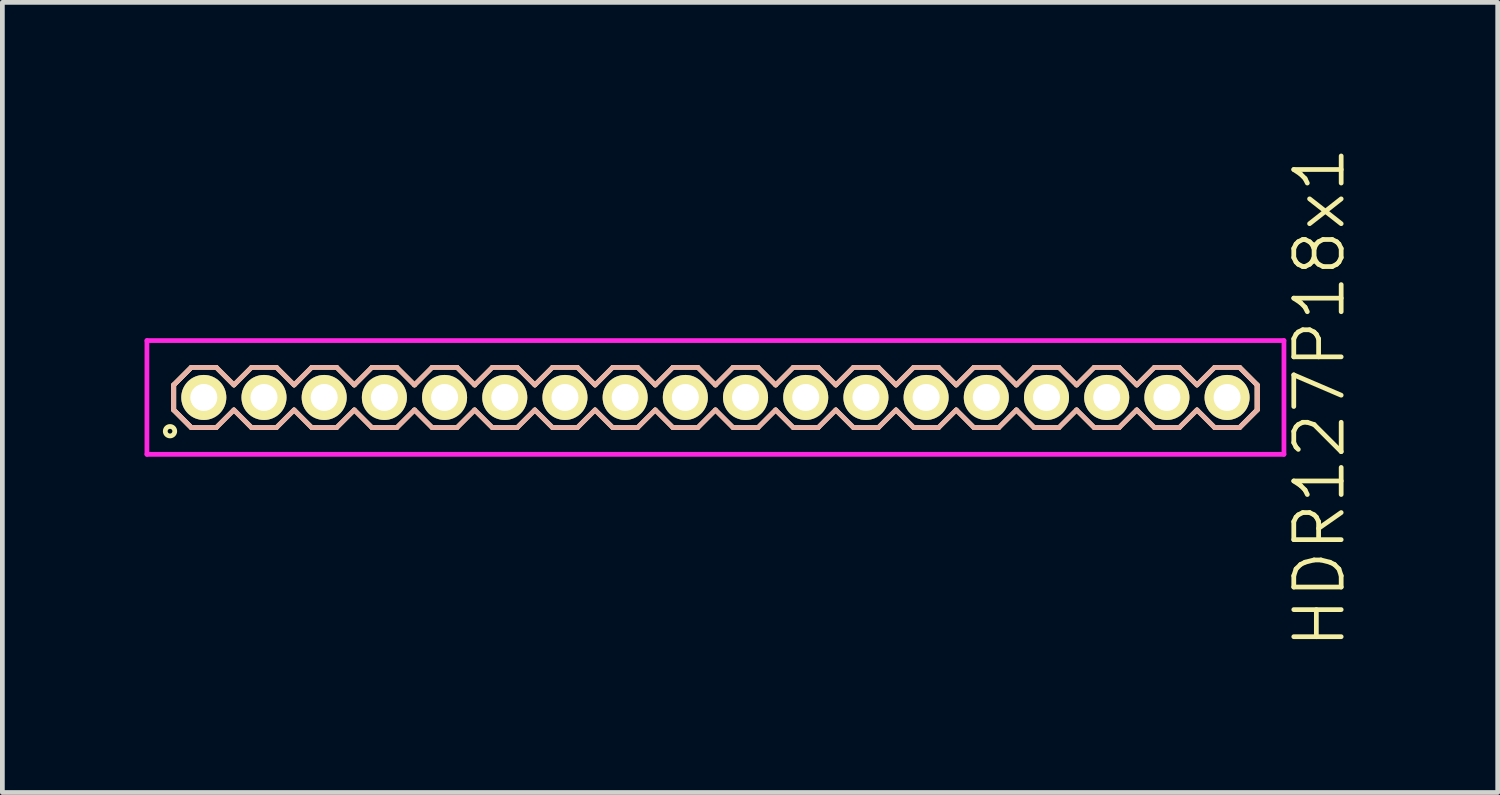
<source format=kicad_pcb>
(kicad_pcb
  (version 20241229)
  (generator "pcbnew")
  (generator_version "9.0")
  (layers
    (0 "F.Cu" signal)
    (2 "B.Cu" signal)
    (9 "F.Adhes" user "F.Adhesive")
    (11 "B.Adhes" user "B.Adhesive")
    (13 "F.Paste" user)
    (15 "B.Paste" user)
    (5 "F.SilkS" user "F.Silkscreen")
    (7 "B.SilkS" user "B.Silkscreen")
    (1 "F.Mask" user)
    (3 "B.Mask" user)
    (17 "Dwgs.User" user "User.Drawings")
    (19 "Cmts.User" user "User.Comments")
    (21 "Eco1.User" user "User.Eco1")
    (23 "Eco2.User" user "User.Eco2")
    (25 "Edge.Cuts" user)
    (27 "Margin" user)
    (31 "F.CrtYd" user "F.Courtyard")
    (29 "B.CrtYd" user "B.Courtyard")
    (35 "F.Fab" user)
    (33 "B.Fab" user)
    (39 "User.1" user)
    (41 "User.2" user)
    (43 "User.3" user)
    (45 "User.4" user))
  (footprint "HDR127P18x1"
    (layer "F.Cu")
    (at 12.045 5.336)
    (property "Reference" "HDR127P18x1" (at 12.745 0 90) (layer "F.SilkS") (effects (font (size 1 1) (thickness 0.1))))
    (attr through_hole)
    (fp_line (start -11.43 -0.263) (end -11.058 -0.635) (stroke (width 0.1) (type solid)) (layer "F.SilkS"))
    (fp_line (start -11.43 -0.263) (end -11.058 -0.635) (stroke (width 0.1) (type solid)) (layer "F.SilkS"))
    (fp_line (start -11.43 0.263) (end -11.43 -0.263) (stroke (width 0.1) (type solid)) (layer "F.SilkS"))
    (fp_line (start -11.43 0.263) (end -11.43 -0.263) (stroke (width 0.1) (type solid)) (layer "F.SilkS"))
    (fp_line (start -11.058 -0.635) (end -10.532 -0.635) (stroke (width 0.1) (type solid)) (layer "F.SilkS"))
    (fp_line (start -11.058 0.635) (end -11.43 0.263) (stroke (width 0.1) (type solid)) (layer "F.SilkS"))
    (fp_line (start -11.058 0.635) (end -11.43 0.263) (stroke (width 0.1) (type solid)) (layer "F.SilkS"))
    (fp_line (start -10.532 -0.635) (end -10.16 -0.263) (stroke (width 0.1) (type solid)) (layer "F.SilkS"))
    (fp_line (start -10.532 0.635) (end -11.058 0.635) (stroke (width 0.1) (type solid)) (layer "F.SilkS"))
    (fp_line (start -10.16 -0.263) (end -9.788 -0.635) (stroke (width 0.1) (type solid)) (layer "F.SilkS"))
    (fp_line (start -10.16 0.263) (end -10.532 0.635) (stroke (width 0.1) (type solid)) (layer "F.SilkS"))
    (fp_line (start -9.788 -0.635) (end -9.262 -0.635) (stroke (width 0.1) (type solid)) (layer "F.SilkS"))
    (fp_line (start -9.788 0.635) (end -10.16 0.263) (stroke (width 0.1) (type solid)) (layer "F.SilkS"))
    (fp_line (start -9.262 -0.635) (end -8.89 -0.263) (stroke (width 0.1) (type solid)) (layer "F.SilkS"))
    (fp_line (start -9.262 0.635) (end -9.788 0.635) (stroke (width 0.1) (type solid)) (layer "F.SilkS"))
    (fp_line (start -8.89 -0.263) (end -8.518 -0.635) (stroke (width 0.1) (type solid)) (layer "F.SilkS"))
    (fp_line (start -8.89 0.263) (end -9.262 0.635) (stroke (width 0.1) (type solid)) (layer "F.SilkS"))
    (fp_line (start -8.518 -0.635) (end -7.992 -0.635) (stroke (width 0.1) (type solid)) (layer "F.SilkS"))
    (fp_line (start -8.518 0.635) (end -8.89 0.263) (stroke (width 0.1) (type solid)) (layer "F.SilkS"))
    (fp_line (start -7.992 -0.635) (end -7.62 -0.263) (stroke (width 0.1) (type solid)) (layer "F.SilkS"))
    (fp_line (start -7.992 0.635) (end -8.518 0.635) (stroke (width 0.1) (type solid)) (layer "F.SilkS"))
    (fp_line (start -7.62 -0.263) (end -7.248 -0.635) (stroke (width 0.1) (type solid)) (layer "F.SilkS"))
    (fp_line (start -7.62 0.263) (end -7.992 0.635) (stroke (width 0.1) (type solid)) (layer "F.SilkS"))
    (fp_line (start -7.248 -0.635) (end -6.722 -0.635) (stroke (width 0.1) (type solid)) (layer "F.SilkS"))
    (fp_line (start -7.248 0.635) (end -7.62 0.263) (stroke (width 0.1) (type solid)) (layer "F.SilkS"))
    (fp_line (start -6.722 -0.635) (end -6.35 -0.263) (stroke (width 0.1) (type solid)) (layer "F.SilkS"))
    (fp_line (start -6.722 0.635) (end -7.248 0.635) (stroke (width 0.1) (type solid)) (layer "F.SilkS"))
    (fp_line (start -6.35 -0.263) (end -5.978 -0.635) (stroke (width 0.1) (type solid)) (layer "F.SilkS"))
    (fp_line (start -6.35 0.263) (end -6.722 0.635) (stroke (width 0.1) (type solid)) (layer "F.SilkS"))
    (fp_line (start -5.978 -0.635) (end -5.452 -0.635) (stroke (width 0.1) (type solid)) (layer "F.SilkS"))
    (fp_line (start -5.978 0.635) (end -6.35 0.263) (stroke (width 0.1) (type solid)) (layer "F.SilkS"))
    (fp_line (start -5.452 -0.635) (end -5.08 -0.263) (stroke (width 0.1) (type solid)) (layer "F.SilkS"))
    (fp_line (start -5.452 0.635) (end -5.978 0.635) (stroke (width 0.1) (type solid)) (layer "F.SilkS"))
    (fp_line (start -5.08 -0.263) (end -4.708 -0.635) (stroke (width 0.1) (type solid)) (layer "F.SilkS"))
    (fp_line (start -5.08 0.263) (end -5.452 0.635) (stroke (width 0.1) (type solid)) (layer "F.SilkS"))
    (fp_line (start -4.708 -0.635) (end -4.182 -0.635) (stroke (width 0.1) (type solid)) (layer "F.SilkS"))
    (fp_line (start -4.708 0.635) (end -5.08 0.263) (stroke (width 0.1) (type solid)) (layer "F.SilkS"))
    (fp_line (start -4.182 -0.635) (end -3.81 -0.263) (stroke (width 0.1) (type solid)) (layer "F.SilkS"))
    (fp_line (start -4.182 0.635) (end -4.708 0.635) (stroke (width 0.1) (type solid)) (layer "F.SilkS"))
    (fp_line (start -3.81 -0.263) (end -3.438 -0.635) (stroke (width 0.1) (type solid)) (layer "F.SilkS"))
    (fp_line (start -3.81 0.263) (end -4.182 0.635) (stroke (width 0.1) (type solid)) (layer "F.SilkS"))
    (fp_line (start -3.438 -0.635) (end -2.912 -0.635) (stroke (width 0.1) (type solid)) (layer "F.SilkS"))
    (fp_line (start -3.438 0.635) (end -3.81 0.263) (stroke (width 0.1) (type solid)) (layer "F.SilkS"))
    (fp_line (start -2.912 -0.635) (end -2.54 -0.263) (stroke (width 0.1) (type solid)) (layer "F.SilkS"))
    (fp_line (start -2.912 0.635) (end -3.438 0.635) (stroke (width 0.1) (type solid)) (layer "F.SilkS"))
    (fp_line (start -2.54 -0.263) (end -2.168 -0.635) (stroke (width 0.1) (type solid)) (layer "F.SilkS"))
    (fp_line (start -2.54 0.263) (end -2.912 0.635) (stroke (width 0.1) (type solid)) (layer "F.SilkS"))
    (fp_line (start -2.168 -0.635) (end -1.642 -0.635) (stroke (width 0.1) (type solid)) (layer "F.SilkS"))
    (fp_line (start -2.168 0.635) (end -2.54 0.263) (stroke (width 0.1) (type solid)) (layer "F.SilkS"))
    (fp_line (start -1.642 -0.635) (end -1.27 -0.263) (stroke (width 0.1) (type solid)) (layer "F.SilkS"))
    (fp_line (start -1.642 0.635) (end -2.168 0.635) (stroke (width 0.1) (type solid)) (layer "F.SilkS"))
    (fp_line (start -1.27 -0.263) (end -0.898 -0.635) (stroke (width 0.1) (type solid)) (layer "F.SilkS"))
    (fp_line (start -1.27 0.263) (end -1.642 0.635) (stroke (width 0.1) (type solid)) (layer "F.SilkS"))
    (fp_line (start -0.898 -0.635) (end -0.372 -0.635) (stroke (width 0.1) (type solid)) (layer "F.SilkS"))
    (fp_line (start -0.898 0.635) (end -1.27 0.263) (stroke (width 0.1) (type solid)) (layer "F.SilkS"))
    (fp_line (start -0.372 -0.635) (end 0 -0.263) (stroke (width 0.1) (type solid)) (layer "F.SilkS"))
    (fp_line (start -0.372 0.635) (end -0.898 0.635) (stroke (width 0.1) (type solid)) (layer "F.SilkS"))
    (fp_line (start 0 -0.263) (end 0.372 -0.635) (stroke (width 0.1) (type solid)) (layer "F.SilkS"))
    (fp_line (start 0 0.263) (end -0.372 0.635) (stroke (width 0.1) (type solid)) (layer "F.SilkS"))
    (fp_line (start 0.372 -0.635) (end 0.898 -0.635) (stroke (width 0.1) (type solid)) (layer "F.SilkS"))
    (fp_line (start 0.372 0.635) (end 0 0.263) (stroke (width 0.1) (type solid)) (layer "F.SilkS"))
    (fp_line (start 0.898 -0.635) (end 1.27 -0.263) (stroke (width 0.1) (type solid)) (layer "F.SilkS"))
    (fp_line (start 0.898 0.635) (end 0.372 0.635) (stroke (width 0.1) (type solid)) (layer "F.SilkS"))
    (fp_line (start 1.27 -0.263) (end 1.642 -0.635) (stroke (width 0.1) (type solid)) (layer "F.SilkS"))
    (fp_line (start 1.27 0.263) (end 0.898 0.635) (stroke (width 0.1) (type solid)) (layer "F.SilkS"))
    (fp_line (start 1.642 -0.635) (end 2.168 -0.635) (stroke (width 0.1) (type solid)) (layer "F.SilkS"))
    (fp_line (start 1.642 0.635) (end 1.27 0.263) (stroke (width 0.1) (type solid)) (layer "F.SilkS"))
    (fp_line (start 2.168 -0.635) (end 2.54 -0.263) (stroke (width 0.1) (type solid)) (layer "F.SilkS"))
    (fp_line (start 2.168 0.635) (end 1.642 0.635) (stroke (width 0.1) (type solid)) (layer "F.SilkS"))
    (fp_line (start 2.54 -0.263) (end 2.912 -0.635) (stroke (width 0.1) (type solid)) (layer "F.SilkS"))
    (fp_line (start 2.54 0.263) (end 2.168 0.635) (stroke (width 0.1) (type solid)) (layer "F.SilkS"))
    (fp_line (start 2.912 -0.635) (end 3.438 -0.635) (stroke (width 0.1) (type solid)) (layer "F.SilkS"))
    (fp_line (start 2.912 0.635) (end 2.54 0.263) (stroke (width 0.1) (type solid)) (layer "F.SilkS"))
    (fp_line (start 3.438 -0.635) (end 3.81 -0.263) (stroke (width 0.1) (type solid)) (layer "F.SilkS"))
    (fp_line (start 3.438 0.635) (end 2.912 0.635) (stroke (width 0.1) (type solid)) (layer "F.SilkS"))
    (fp_line (start 3.81 -0.263) (end 4.182 -0.635) (stroke (width 0.1) (type solid)) (layer "F.SilkS"))
    (fp_line (start 3.81 0.263) (end 3.438 0.635) (stroke (width 0.1) (type solid)) (layer "F.SilkS"))
    (fp_line (start 4.182 -0.635) (end 4.708 -0.635) (stroke (width 0.1) (type solid)) (layer "F.SilkS"))
    (fp_line (start 4.182 0.635) (end 3.81 0.263) (stroke (width 0.1) (type solid)) (layer "F.SilkS"))
    (fp_line (start 4.708 -0.635) (end 5.08 -0.263) (stroke (width 0.1) (type solid)) (layer "F.SilkS"))
    (fp_line (start 4.708 0.635) (end 4.182 0.635) (stroke (width 0.1) (type solid)) (layer "F.SilkS"))
    (fp_line (start 5.08 -0.263) (end 5.452 -0.635) (stroke (width 0.1) (type solid)) (layer "F.SilkS"))
    (fp_line (start 5.08 0.263) (end 4.708 0.635) (stroke (width 0.1) (type solid)) (layer "F.SilkS"))
    (fp_line (start 5.452 -0.635) (end 5.978 -0.635) (stroke (width 0.1) (type solid)) (layer "F.SilkS"))
    (fp_line (start 5.452 0.635) (end 5.08 0.263) (stroke (width 0.1) (type solid)) (layer "F.SilkS"))
    (fp_line (start 5.978 -0.635) (end 6.35 -0.263) (stroke (width 0.1) (type solid)) (layer "F.SilkS"))
    (fp_line (start 5.978 0.635) (end 5.452 0.635) (stroke (width 0.1) (type solid)) (layer "F.SilkS"))
    (fp_line (start 6.35 -0.263) (end 6.722 -0.635) (stroke (width 0.1) (type solid)) (layer "F.SilkS"))
    (fp_line (start 6.35 0.263) (end 5.978 0.635) (stroke (width 0.1) (type solid)) (layer "F.SilkS"))
    (fp_line (start 6.722 -0.635) (end 7.248 -0.635) (stroke (width 0.1) (type solid)) (layer "F.SilkS"))
    (fp_line (start 6.722 0.635) (end 6.35 0.263) (stroke (width 0.1) (type solid)) (layer "F.SilkS"))
    (fp_line (start 7.248 -0.635) (end 7.62 -0.263) (stroke (width 0.1) (type solid)) (layer "F.SilkS"))
    (fp_line (start 7.248 0.635) (end 6.722 0.635) (stroke (width 0.1) (type solid)) (layer "F.SilkS"))
    (fp_line (start 7.62 -0.263) (end 7.992 -0.635) (stroke (width 0.1) (type solid)) (layer "F.SilkS"))
    (fp_line (start 7.62 0.263) (end 7.248 0.635) (stroke (width 0.1) (type solid)) (layer "F.SilkS"))
    (fp_line (start 7.992 -0.635) (end 8.518 -0.635) (stroke (width 0.1) (type solid)) (layer "F.SilkS"))
    (fp_line (start 7.992 0.635) (end 7.62 0.263) (stroke (width 0.1) (type solid)) (layer "F.SilkS"))
    (fp_line (start 8.518 -0.635) (end 8.89 -0.263) (stroke (width 0.1) (type solid)) (layer "F.SilkS"))
    (fp_line (start 8.518 0.635) (end 7.992 0.635) (stroke (width 0.1) (type solid)) (layer "F.SilkS"))
    (fp_line (start 8.89 -0.263) (end 9.262 -0.635) (stroke (width 0.1) (type solid)) (layer "F.SilkS"))
    (fp_line (start 8.89 0.263) (end 8.518 0.635) (stroke (width 0.1) (type solid)) (layer "F.SilkS"))
    (fp_line (start 9.262 -0.635) (end 9.788 -0.635) (stroke (width 0.1) (type solid)) (layer "F.SilkS"))
    (fp_line (start 9.262 0.635) (end 8.89 0.263) (stroke (width 0.1) (type solid)) (layer "F.SilkS"))
    (fp_line (start 9.788 -0.635) (end 10.16 -0.263) (stroke (width 0.1) (type solid)) (layer "F.SilkS"))
    (fp_line (start 9.788 0.635) (end 9.262 0.635) (stroke (width 0.1) (type solid)) (layer "F.SilkS"))
    (fp_line (start 10.16 -0.263) (end 10.532 -0.635) (stroke (width 0.1) (type solid)) (layer "F.SilkS"))
    (fp_line (start 10.16 0.263) (end 9.788 0.635) (stroke (width 0.1) (type solid)) (layer "F.SilkS"))
    (fp_line (start 10.532 -0.635) (end 11.058 -0.635) (stroke (width 0.1) (type solid)) (layer "F.SilkS"))
    (fp_line (start 10.532 0.635) (end 10.16 0.263) (stroke (width 0.1) (type solid)) (layer "F.SilkS"))
    (fp_line (start 11.058 -0.635) (end 11.43 -0.263) (stroke (width 0.1) (type solid)) (layer "F.SilkS"))
    (fp_line (start 11.058 -0.635) (end 11.43 -0.263) (stroke (width 0.1) (type solid)) (layer "F.SilkS"))
    (fp_line (start 11.058 0.635) (end 10.532 0.635) (stroke (width 0.1) (type solid)) (layer "F.SilkS"))
    (fp_line (start 11.43 -0.263) (end 11.43 0.263) (stroke (width 0.1) (type solid)) (layer "F.SilkS"))
    (fp_line (start 11.43 -0.263) (end 11.43 0.263) (stroke (width 0.1) (type solid)) (layer "F.SilkS"))
    (fp_line (start 11.43 0.263) (end 11.058 0.635) (stroke (width 0.1) (type solid)) (layer "F.SilkS"))
    (fp_line (start 11.43 0.263) (end 11.058 0.635) (stroke (width 0.1) (type solid)) (layer "F.SilkS"))
    (fp_circle (center -11.508 0.712) (end -11.408 0.712) (stroke (width 0.1) (type solid)) (fill no) (layer "F.SilkS"))
    (fp_line (start -11.43 -0.263) (end -11.058 -0.635) (stroke (width 0.1) (type solid)) (layer "B.SilkS"))
    (fp_line (start -11.43 -0.263) (end -11.058 -0.635) (stroke (width 0.1) (type solid)) (layer "B.SilkS"))
    (fp_line (start -11.43 0.263) (end -11.43 -0.263) (stroke (width 0.1) (type solid)) (layer "B.SilkS"))
    (fp_line (start -11.43 0.263) (end -11.43 -0.263) (stroke (width 0.1) (type solid)) (layer "B.SilkS"))
    (fp_line (start -11.058 -0.635) (end -10.532 -0.635) (stroke (width 0.1) (type solid)) (layer "B.SilkS"))
    (fp_line (start -11.058 0.635) (end -11.43 0.263) (stroke (width 0.1) (type solid)) (layer "B.SilkS"))
    (fp_line (start -11.058 0.635) (end -11.43 0.263) (stroke (width 0.1) (type solid)) (layer "B.SilkS"))
    (fp_line (start -10.532 -0.635) (end -10.16 -0.263) (stroke (width 0.1) (type solid)) (layer "B.SilkS"))
    (fp_line (start -10.532 0.635) (end -11.058 0.635) (stroke (width 0.1) (type solid)) (layer "B.SilkS"))
    (fp_line (start -10.16 -0.263) (end -9.788 -0.635) (stroke (width 0.1) (type solid)) (layer "B.SilkS"))
    (fp_line (start -10.16 0.263) (end -10.532 0.635) (stroke (width 0.1) (type solid)) (layer "B.SilkS"))
    (fp_line (start -9.788 -0.635) (end -9.262 -0.635) (stroke (width 0.1) (type solid)) (layer "B.SilkS"))
    (fp_line (start -9.788 0.635) (end -10.16 0.263) (stroke (width 0.1) (type solid)) (layer "B.SilkS"))
    (fp_line (start -9.262 -0.635) (end -8.89 -0.263) (stroke (width 0.1) (type solid)) (layer "B.SilkS"))
    (fp_line (start -9.262 0.635) (end -9.788 0.635) (stroke (width 0.1) (type solid)) (layer "B.SilkS"))
    (fp_line (start -8.89 -0.263) (end -8.518 -0.635) (stroke (width 0.1) (type solid)) (layer "B.SilkS"))
    (fp_line (start -8.89 0.263) (end -9.262 0.635) (stroke (width 0.1) (type solid)) (layer "B.SilkS"))
    (fp_line (start -8.518 -0.635) (end -7.992 -0.635) (stroke (width 0.1) (type solid)) (layer "B.SilkS"))
    (fp_line (start -8.518 0.635) (end -8.89 0.263) (stroke (width 0.1) (type solid)) (layer "B.SilkS"))
    (fp_line (start -7.992 -0.635) (end -7.62 -0.263) (stroke (width 0.1) (type solid)) (layer "B.SilkS"))
    (fp_line (start -7.992 0.635) (end -8.518 0.635) (stroke (width 0.1) (type solid)) (layer "B.SilkS"))
    (fp_line (start -7.62 -0.263) (end -7.248 -0.635) (stroke (width 0.1) (type solid)) (layer "B.SilkS"))
    (fp_line (start -7.62 0.263) (end -7.992 0.635) (stroke (width 0.1) (type solid)) (layer "B.SilkS"))
    (fp_line (start -7.248 -0.635) (end -6.722 -0.635) (stroke (width 0.1) (type solid)) (layer "B.SilkS"))
    (fp_line (start -7.248 0.635) (end -7.62 0.263) (stroke (width 0.1) (type solid)) (layer "B.SilkS"))
    (fp_line (start -6.722 -0.635) (end -6.35 -0.263) (stroke (width 0.1) (type solid)) (layer "B.SilkS"))
    (fp_line (start -6.722 0.635) (end -7.248 0.635) (stroke (width 0.1) (type solid)) (layer "B.SilkS"))
    (fp_line (start -6.35 -0.263) (end -5.978 -0.635) (stroke (width 0.1) (type solid)) (layer "B.SilkS"))
    (fp_line (start -6.35 0.263) (end -6.722 0.635) (stroke (width 0.1) (type solid)) (layer "B.SilkS"))
    (fp_line (start -5.978 -0.635) (end -5.452 -0.635) (stroke (width 0.1) (type solid)) (layer "B.SilkS"))
    (fp_line (start -5.978 0.635) (end -6.35 0.263) (stroke (width 0.1) (type solid)) (layer "B.SilkS"))
    (fp_line (start -5.452 -0.635) (end -5.08 -0.263) (stroke (width 0.1) (type solid)) (layer "B.SilkS"))
    (fp_line (start -5.452 0.635) (end -5.978 0.635) (stroke (width 0.1) (type solid)) (layer "B.SilkS"))
    (fp_line (start -5.08 -0.263) (end -4.708 -0.635) (stroke (width 0.1) (type solid)) (layer "B.SilkS"))
    (fp_line (start -5.08 0.263) (end -5.452 0.635) (stroke (width 0.1) (type solid)) (layer "B.SilkS"))
    (fp_line (start -4.708 -0.635) (end -4.182 -0.635) (stroke (width 0.1) (type solid)) (layer "B.SilkS"))
    (fp_line (start -4.708 0.635) (end -5.08 0.263) (stroke (width 0.1) (type solid)) (layer "B.SilkS"))
    (fp_line (start -4.182 -0.635) (end -3.81 -0.263) (stroke (width 0.1) (type solid)) (layer "B.SilkS"))
    (fp_line (start -4.182 0.635) (end -4.708 0.635) (stroke (width 0.1) (type solid)) (layer "B.SilkS"))
    (fp_line (start -3.81 -0.263) (end -3.438 -0.635) (stroke (width 0.1) (type solid)) (layer "B.SilkS"))
    (fp_line (start -3.81 0.263) (end -4.182 0.635) (stroke (width 0.1) (type solid)) (layer "B.SilkS"))
    (fp_line (start -3.438 -0.635) (end -2.912 -0.635) (stroke (width 0.1) (type solid)) (layer "B.SilkS"))
    (fp_line (start -3.438 0.635) (end -3.81 0.263) (stroke (width 0.1) (type solid)) (layer "B.SilkS"))
    (fp_line (start -2.912 -0.635) (end -2.54 -0.263) (stroke (width 0.1) (type solid)) (layer "B.SilkS"))
    (fp_line (start -2.912 0.635) (end -3.438 0.635) (stroke (width 0.1) (type solid)) (layer "B.SilkS"))
    (fp_line (start -2.54 -0.263) (end -2.168 -0.635) (stroke (width 0.1) (type solid)) (layer "B.SilkS"))
    (fp_line (start -2.54 0.263) (end -2.912 0.635) (stroke (width 0.1) (type solid)) (layer "B.SilkS"))
    (fp_line (start -2.168 -0.635) (end -1.642 -0.635) (stroke (width 0.1) (type solid)) (layer "B.SilkS"))
    (fp_line (start -2.168 0.635) (end -2.54 0.263) (stroke (width 0.1) (type solid)) (layer "B.SilkS"))
    (fp_line (start -1.642 -0.635) (end -1.27 -0.263) (stroke (width 0.1) (type solid)) (layer "B.SilkS"))
    (fp_line (start -1.642 0.635) (end -2.168 0.635) (stroke (width 0.1) (type solid)) (layer "B.SilkS"))
    (fp_line (start -1.27 -0.263) (end -0.898 -0.635) (stroke (width 0.1) (type solid)) (layer "B.SilkS"))
    (fp_line (start -1.27 0.263) (end -1.642 0.635) (stroke (width 0.1) (type solid)) (layer "B.SilkS"))
    (fp_line (start -0.898 -0.635) (end -0.372 -0.635) (stroke (width 0.1) (type solid)) (layer "B.SilkS"))
    (fp_line (start -0.898 0.635) (end -1.27 0.263) (stroke (width 0.1) (type solid)) (layer "B.SilkS"))
    (fp_line (start -0.372 -0.635) (end 0 -0.263) (stroke (width 0.1) (type solid)) (layer "B.SilkS"))
    (fp_line (start -0.372 0.635) (end -0.898 0.635) (stroke (width 0.1) (type solid)) (layer "B.SilkS"))
    (fp_line (start 0 -0.263) (end 0.372 -0.635) (stroke (width 0.1) (type solid)) (layer "B.SilkS"))
    (fp_line (start 0 0.263) (end -0.372 0.635) (stroke (width 0.1) (type solid)) (layer "B.SilkS"))
    (fp_line (start 0.372 -0.635) (end 0.898 -0.635) (stroke (width 0.1) (type solid)) (layer "B.SilkS"))
    (fp_line (start 0.372 0.635) (end 0 0.263) (stroke (width 0.1) (type solid)) (layer "B.SilkS"))
    (fp_line (start 0.898 -0.635) (end 1.27 -0.263) (stroke (width 0.1) (type solid)) (layer "B.SilkS"))
    (fp_line (start 0.898 0.635) (end 0.372 0.635) (stroke (width 0.1) (type solid)) (layer "B.SilkS"))
    (fp_line (start 1.27 -0.263) (end 1.642 -0.635) (stroke (width 0.1) (type solid)) (layer "B.SilkS"))
    (fp_line (start 1.27 0.263) (end 0.898 0.635) (stroke (width 0.1) (type solid)) (layer "B.SilkS"))
    (fp_line (start 1.642 -0.635) (end 2.168 -0.635) (stroke (width 0.1) (type solid)) (layer "B.SilkS"))
    (fp_line (start 1.642 0.635) (end 1.27 0.263) (stroke (width 0.1) (type solid)) (layer "B.SilkS"))
    (fp_line (start 2.168 -0.635) (end 2.54 -0.263) (stroke (width 0.1) (type solid)) (layer "B.SilkS"))
    (fp_line (start 2.168 0.635) (end 1.642 0.635) (stroke (width 0.1) (type solid)) (layer "B.SilkS"))
    (fp_line (start 2.54 -0.263) (end 2.912 -0.635) (stroke (width 0.1) (type solid)) (layer "B.SilkS"))
    (fp_line (start 2.54 0.263) (end 2.168 0.635) (stroke (width 0.1) (type solid)) (layer "B.SilkS"))
    (fp_line (start 2.912 -0.635) (end 3.438 -0.635) (stroke (width 0.1) (type solid)) (layer "B.SilkS"))
    (fp_line (start 2.912 0.635) (end 2.54 0.263) (stroke (width 0.1) (type solid)) (layer "B.SilkS"))
    (fp_line (start 3.438 -0.635) (end 3.81 -0.263) (stroke (width 0.1) (type solid)) (layer "B.SilkS"))
    (fp_line (start 3.438 0.635) (end 2.912 0.635) (stroke (width 0.1) (type solid)) (layer "B.SilkS"))
    (fp_line (start 3.81 -0.263) (end 4.182 -0.635) (stroke (width 0.1) (type solid)) (layer "B.SilkS"))
    (fp_line (start 3.81 0.263) (end 3.438 0.635) (stroke (width 0.1) (type solid)) (layer "B.SilkS"))
    (fp_line (start 4.182 -0.635) (end 4.708 -0.635) (stroke (width 0.1) (type solid)) (layer "B.SilkS"))
    (fp_line (start 4.182 0.635) (end 3.81 0.263) (stroke (width 0.1) (type solid)) (layer "B.SilkS"))
    (fp_line (start 4.708 -0.635) (end 5.08 -0.263) (stroke (width 0.1) (type solid)) (layer "B.SilkS"))
    (fp_line (start 4.708 0.635) (end 4.182 0.635) (stroke (width 0.1) (type solid)) (layer "B.SilkS"))
    (fp_line (start 5.08 -0.263) (end 5.452 -0.635) (stroke (width 0.1) (type solid)) (layer "B.SilkS"))
    (fp_line (start 5.08 0.263) (end 4.708 0.635) (stroke (width 0.1) (type solid)) (layer "B.SilkS"))
    (fp_line (start 5.452 -0.635) (end 5.978 -0.635) (stroke (width 0.1) (type solid)) (layer "B.SilkS"))
    (fp_line (start 5.452 0.635) (end 5.08 0.263) (stroke (width 0.1) (type solid)) (layer "B.SilkS"))
    (fp_line (start 5.978 -0.635) (end 6.35 -0.263) (stroke (width 0.1) (type solid)) (layer "B.SilkS"))
    (fp_line (start 5.978 0.635) (end 5.452 0.635) (stroke (width 0.1) (type solid)) (layer "B.SilkS"))
    (fp_line (start 6.35 -0.263) (end 6.722 -0.635) (stroke (width 0.1) (type solid)) (layer "B.SilkS"))
    (fp_line (start 6.35 0.263) (end 5.978 0.635) (stroke (width 0.1) (type solid)) (layer "B.SilkS"))
    (fp_line (start 6.722 -0.635) (end 7.248 -0.635) (stroke (width 0.1) (type solid)) (layer "B.SilkS"))
    (fp_line (start 6.722 0.635) (end 6.35 0.263) (stroke (width 0.1) (type solid)) (layer "B.SilkS"))
    (fp_line (start 7.248 -0.635) (end 7.62 -0.263) (stroke (width 0.1) (type solid)) (layer "B.SilkS"))
    (fp_line (start 7.248 0.635) (end 6.722 0.635) (stroke (width 0.1) (type solid)) (layer "B.SilkS"))
    (fp_line (start 7.62 -0.263) (end 7.992 -0.635) (stroke (width 0.1) (type solid)) (layer "B.SilkS"))
    (fp_line (start 7.62 0.263) (end 7.248 0.635) (stroke (width 0.1) (type solid)) (layer "B.SilkS"))
    (fp_line (start 7.992 -0.635) (end 8.518 -0.635) (stroke (width 0.1) (type solid)) (layer "B.SilkS"))
    (fp_line (start 7.992 0.635) (end 7.62 0.263) (stroke (width 0.1) (type solid)) (layer "B.SilkS"))
    (fp_line (start 8.518 -0.635) (end 8.89 -0.263) (stroke (width 0.1) (type solid)) (layer "B.SilkS"))
    (fp_line (start 8.518 0.635) (end 7.992 0.635) (stroke (width 0.1) (type solid)) (layer "B.SilkS"))
    (fp_line (start 8.89 -0.263) (end 9.262 -0.635) (stroke (width 0.1) (type solid)) (layer "B.SilkS"))
    (fp_line (start 8.89 0.263) (end 8.518 0.635) (stroke (width 0.1) (type solid)) (layer "B.SilkS"))
    (fp_line (start 9.262 -0.635) (end 9.788 -0.635) (stroke (width 0.1) (type solid)) (layer "B.SilkS"))
    (fp_line (start 9.262 0.635) (end 8.89 0.263) (stroke (width 0.1) (type solid)) (layer "B.SilkS"))
    (fp_line (start 9.788 -0.635) (end 10.16 -0.263) (stroke (width 0.1) (type solid)) (layer "B.SilkS"))
    (fp_line (start 9.788 0.635) (end 9.262 0.635) (stroke (width 0.1) (type solid)) (layer "B.SilkS"))
    (fp_line (start 10.16 -0.263) (end 10.532 -0.635) (stroke (width 0.1) (type solid)) (layer "B.SilkS"))
    (fp_line (start 10.16 0.263) (end 9.788 0.635) (stroke (width 0.1) (type solid)) (layer "B.SilkS"))
    (fp_line (start 10.532 -0.635) (end 11.058 -0.635) (stroke (width 0.1) (type solid)) (layer "B.SilkS"))
    (fp_line (start 10.532 0.635) (end 10.16 0.263) (stroke (width 0.1) (type solid)) (layer "B.SilkS"))
    (fp_line (start 11.058 -0.635) (end 11.43 -0.263) (stroke (width 0.1) (type solid)) (layer "B.SilkS"))
    (fp_line (start 11.058 -0.635) (end 11.43 -0.263) (stroke (width 0.1) (type solid)) (layer "B.SilkS"))
    (fp_line (start 11.058 0.635) (end 10.532 0.635) (stroke (width 0.1) (type solid)) (layer "B.SilkS"))
    (fp_line (start 11.43 -0.263) (end 11.43 0.263) (stroke (width 0.1) (type solid)) (layer "B.SilkS"))
    (fp_line (start 11.43 -0.263) (end 11.43 0.263) (stroke (width 0.1) (type solid)) (layer "B.SilkS"))
    (fp_line (start 11.43 0.263) (end 11.058 0.635) (stroke (width 0.1) (type solid)) (layer "B.SilkS"))
    (fp_line (start 11.43 0.263) (end 11.058 0.635) (stroke (width 0.1) (type solid)) (layer "B.SilkS"))
    (fp_line (start -11.995 -1.2) (end -11.995 1.2) (stroke (width 0.1) (type solid)) (layer "F.CrtYd"))
    (fp_line (start -11.995 1.2) (end 11.995 1.2) (stroke (width 0.1) (type solid)) (layer "F.CrtYd"))
    (fp_line (start 11.995 -1.2) (end -11.995 -1.2) (stroke (width 0.1) (type solid)) (layer "F.CrtYd"))
    (fp_line (start 11.995 1.2) (end 11.995 -1.2) (stroke (width 0.1) (type solid)) (layer "F.CrtYd"))
    (pad "1" thru_hole oval (at -10.795 0) (size 0.95 0.95) (drill 0.57) (layers "*.Cu" "*.Mask" "F.SilkS"))
    (pad "2" thru_hole oval (at -9.525 0) (size 0.95 0.95) (drill 0.57) (layers "*.Cu" "*.Mask" "F.SilkS"))
    (pad "3" thru_hole oval (at -8.255 0) (size 0.95 0.95) (drill 0.57) (layers "*.Cu" "*.Mask" "F.SilkS"))
    (pad "4" thru_hole oval (at -6.985 0) (size 0.95 0.95) (drill 0.57) (layers "*.Cu" "*.Mask" "F.SilkS"))
    (pad "5" thru_hole oval (at -5.715 0) (size 0.95 0.95) (drill 0.57) (layers "*.Cu" "*.Mask" "F.SilkS"))
    (pad "6" thru_hole oval (at -4.445 0) (size 0.95 0.95) (drill 0.57) (layers "*.Cu" "*.Mask" "F.SilkS"))
    (pad "7" thru_hole oval (at -3.175 0) (size 0.95 0.95) (drill 0.57) (layers "*.Cu" "*.Mask" "F.SilkS"))
    (pad "8" thru_hole oval (at -1.905 0) (size 0.95 0.95) (drill 0.57) (layers "*.Cu" "*.Mask" "F.SilkS"))
    (pad "9" thru_hole oval (at -0.635 0) (size 0.95 0.95) (drill 0.57) (layers "*.Cu" "*.Mask" "F.SilkS"))
    (pad "10" thru_hole oval (at 0.635 0) (size 0.95 0.95) (drill 0.57) (layers "*.Cu" "*.Mask" "F.SilkS"))
    (pad "11" thru_hole oval (at 1.905 0) (size 0.95 0.95) (drill 0.57) (layers "*.Cu" "*.Mask" "F.SilkS"))
    (pad "12" thru_hole oval (at 3.175 0) (size 0.95 0.95) (drill 0.57) (layers "*.Cu" "*.Mask" "F.SilkS"))
    (pad "13" thru_hole oval (at 4.445 0) (size 0.95 0.95) (drill 0.57) (layers "*.Cu" "*.Mask" "F.SilkS"))
    (pad "14" thru_hole oval (at 5.715 0) (size 0.95 0.95) (drill 0.57) (layers "*.Cu" "*.Mask" "F.SilkS"))
    (pad "15" thru_hole oval (at 6.985 0) (size 0.95 0.95) (drill 0.57) (layers "*.Cu" "*.Mask" "F.SilkS"))
    (pad "16" thru_hole oval (at 8.255 0) (size 0.95 0.95) (drill 0.57) (layers "*.Cu" "*.Mask" "F.SilkS"))
    (pad "17" thru_hole oval (at 9.525 0) (size 0.95 0.95) (drill 0.57) (layers "*.Cu" "*.Mask" "F.SilkS"))
    (pad "18" thru_hole oval (at 10.795 0) (size 0.95 0.95) (drill 0.57) (layers "*.Cu" "*.Mask" "F.SilkS")))
  (gr_rect
    (start -3 -3)
    (end 28.55 13.671)
    (stroke (width 0.1) (type default))
    (fill no)
    (layer "Edge.Cuts")))
</source>
